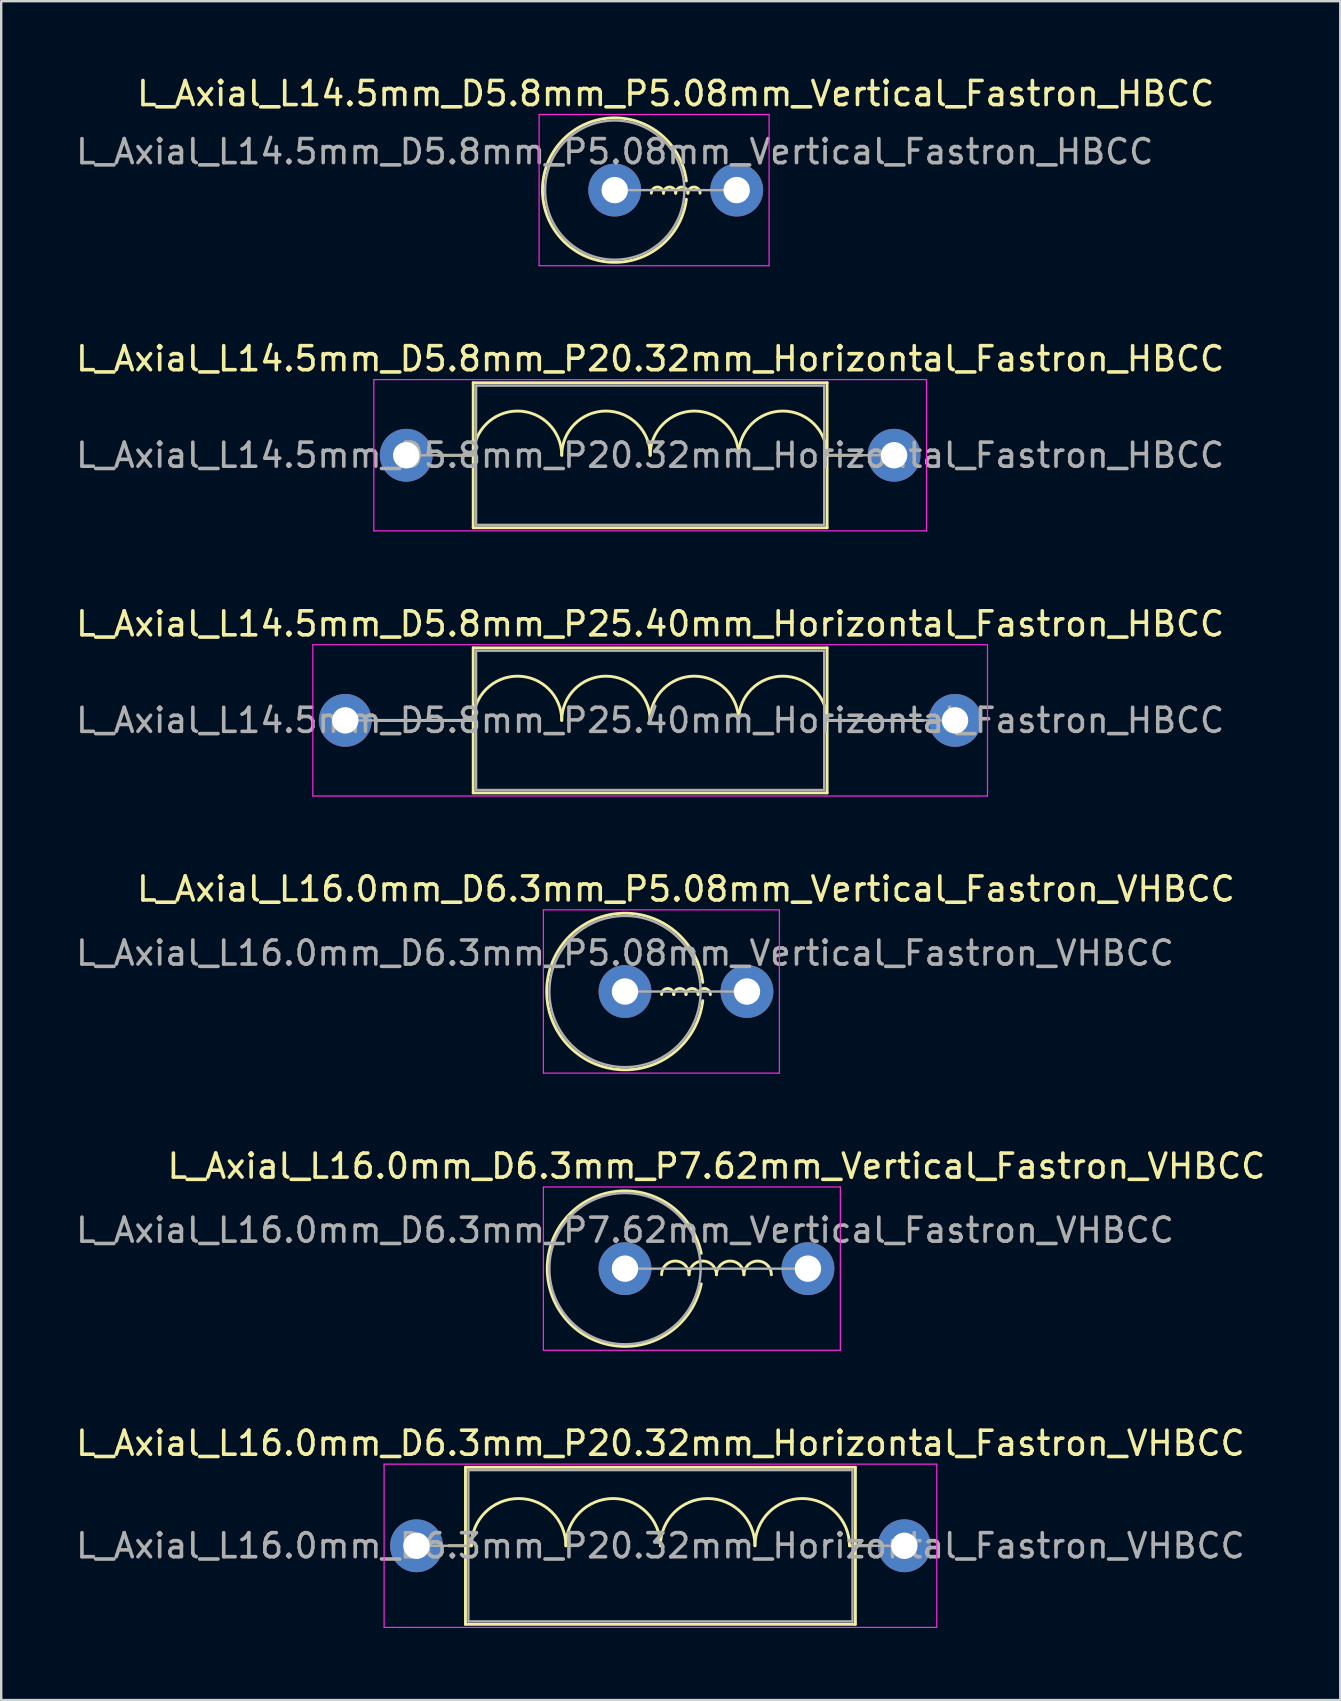
<source format=kicad_pcb>
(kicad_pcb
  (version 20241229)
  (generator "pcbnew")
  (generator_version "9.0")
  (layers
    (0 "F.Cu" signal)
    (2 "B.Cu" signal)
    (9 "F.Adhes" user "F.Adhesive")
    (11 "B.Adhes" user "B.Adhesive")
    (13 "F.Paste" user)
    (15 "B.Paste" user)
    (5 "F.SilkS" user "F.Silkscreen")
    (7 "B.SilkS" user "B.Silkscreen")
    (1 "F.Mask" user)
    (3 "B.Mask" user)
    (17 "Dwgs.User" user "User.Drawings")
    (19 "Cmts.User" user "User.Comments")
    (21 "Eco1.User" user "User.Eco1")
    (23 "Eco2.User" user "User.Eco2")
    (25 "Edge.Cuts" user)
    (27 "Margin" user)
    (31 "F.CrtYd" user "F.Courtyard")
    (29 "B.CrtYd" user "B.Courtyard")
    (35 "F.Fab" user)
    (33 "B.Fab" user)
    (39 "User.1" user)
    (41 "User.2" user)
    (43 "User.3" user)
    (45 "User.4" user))
  (footprint "L_Axial_L14.5mm_D5.8mm_P5.08mm_Vertical_Fastron_HBCC"
    (layer "F.Cu")
    (at 22.554 4.868)
    (property "Reference" "L_Axial_L14.5mm_D5.8mm_P5.08mm_Vertical_Fastron_HBCC" (at 2.54 -4.02 0) (layer "F.SilkS") (effects (font (size 1 1) (thickness 0.15))))
    (attr through_hole)
    (fp_arc (start 1.524 0.127) (mid 1.778 -0.127) (end 2.032 0.127) (stroke (width 0.12) (type solid)) (layer "F.SilkS"))
    (fp_arc (start 2.032 0.127) (mid 2.286 -0.127) (end 2.54 0.127) (stroke (width 0.12) (type solid)) (layer "F.SilkS"))
    (fp_arc (start 2.54 0.127) (mid 2.794 -0.127) (end 3.048 0.127) (stroke (width 0.12) (type solid)) (layer "F.SilkS"))
    (fp_arc (start 2.9845 0.381) (mid -3.008721 0) (end 2.9845 -0.381) (stroke (width 0.12) (type solid)) (layer "F.SilkS"))
    (fp_arc (start 3.048 0.127) (mid 3.302 -0.127) (end 3.556 0.127) (stroke (width 0.12) (type solid)) (layer "F.SilkS"))
    (fp_line (start -3.15 -3.15) (end -3.15 3.15) (stroke (width 0.05) (type solid)) (layer "F.CrtYd"))
    (fp_line (start -3.15 3.15) (end 6.43 3.15) (stroke (width 0.05) (type solid)) (layer "F.CrtYd"))
    (fp_line (start 6.43 -3.15) (end -3.15 -3.15) (stroke (width 0.05) (type solid)) (layer "F.CrtYd"))
    (fp_line (start 6.43 3.15) (end 6.43 -3.15) (stroke (width 0.05) (type solid)) (layer "F.CrtYd"))
    (fp_line (start 0 0) (end 5.08 0) (stroke (width 0.1) (type solid)) (layer "F.Fab"))
    (fp_circle (center 0 0) (end 2.9 0) (stroke (width 0.1) (type solid)) (fill no) (layer "F.Fab"))
    (fp_text user "${REFERENCE}" (at 0 -1.6 0) (layer "F.Fab") (effects (font (size 1 1) (thickness 0.15))))
    (pad "1" thru_hole circle (at 0 0) (size 2.2 2.2) (drill 1.1) (layers "*.Cu" "*.Mask"))
    (pad "2" thru_hole oval (at 5.08 0) (size 2.2 2.2) (drill 1.1) (layers "*.Cu" "*.Mask")))
  (footprint "L_Axial_L16.0mm_D6.3mm_P7.62mm_Vertical_Fastron_VHBCC"
    (layer "F.Cu")
    (at 22.982 49.791)
    (property "Reference" "L_Axial_L16.0mm_D6.3mm_P7.62mm_Vertical_Fastron_VHBCC" (at 3.81 -4.27 0) (layer "F.SilkS") (effects (font (size 1 1) (thickness 0.15))))
    (attr through_hole)
    (fp_arc (start 1.524 0.254) (mid 2.0955 -0.3175) (end 2.667 0.254) (stroke (width 0.12) (type solid)) (layer "F.SilkS"))
    (fp_arc (start 2.667 0.254) (mid 3.2385 -0.3175) (end 3.81 0.254) (stroke (width 0.12) (type solid)) (layer "F.SilkS"))
    (fp_arc (start 3.175 0.635) (mid -3.237877 0) (end 3.175 -0.635) (stroke (width 0.12) (type solid)) (layer "F.SilkS"))
    (fp_arc (start 3.81 0.254) (mid 4.3815 -0.3175) (end 4.953 0.254) (stroke (width 0.12) (type solid)) (layer "F.SilkS"))
    (fp_arc (start 4.953 0.254) (mid 5.5245 -0.3175) (end 6.096 0.254) (stroke (width 0.12) (type solid)) (layer "F.SilkS"))
    (fp_line (start -3.4 -3.4) (end -3.4 3.4) (stroke (width 0.05) (type solid)) (layer "F.CrtYd"))
    (fp_line (start -3.4 3.4) (end 8.97 3.4) (stroke (width 0.05) (type solid)) (layer "F.CrtYd"))
    (fp_line (start 8.97 -3.4) (end -3.4 -3.4) (stroke (width 0.05) (type solid)) (layer "F.CrtYd"))
    (fp_line (start 8.97 3.4) (end 8.97 -3.4) (stroke (width 0.05) (type solid)) (layer "F.CrtYd"))
    (fp_line (start 0 0) (end 7.62 0) (stroke (width 0.1) (type solid)) (layer "F.Fab"))
    (fp_circle (center 0 0) (end 3.15 0) (stroke (width 0.1) (type solid)) (fill no) (layer "F.Fab"))
    (fp_text user "${REFERENCE}" (at 0 -1.6 0) (layer "F.Fab") (effects (font (size 1 1) (thickness 0.15))))
    (pad "1" thru_hole circle (at 0 0) (size 2.2 2.2) (drill 1.1) (layers "*.Cu" "*.Mask"))
    (pad "2" thru_hole oval (at 7.62 0) (size 2.2 2.2) (drill 1.1) (layers "*.Cu" "*.Mask")))
  (footprint "L_Axial_L14.5mm_D5.8mm_P20.32mm_Horizontal_Fastron_HBCC"
    (layer "F.Cu")
    (at 13.87 15.912)
    (property "Reference" "L_Axial_L14.5mm_D5.8mm_P20.32mm_Horizontal_Fastron_HBCC" (at 10.16 -4.02 0) (layer "F.SilkS") (effects (font (size 1 1) (thickness 0.15))))
    (attr through_hole)
    (fp_line (start 1.34 0) (end 2.79 0) (stroke (width 0.12) (type solid)) (layer "F.SilkS"))
    (fp_line (start 2.79 -3.02) (end 2.79 3.02) (stroke (width 0.12) (type solid)) (layer "F.SilkS"))
    (fp_line (start 2.79 3.02) (end 17.53 3.02) (stroke (width 0.12) (type solid)) (layer "F.SilkS"))
    (fp_line (start 17.53 -3.02) (end 2.79 -3.02) (stroke (width 0.12) (type solid)) (layer "F.SilkS"))
    (fp_line (start 17.53 3.02) (end 17.53 -3.02) (stroke (width 0.12) (type solid)) (layer "F.SilkS"))
    (fp_line (start 18.98 0) (end 17.53 0) (stroke (width 0.12) (type solid)) (layer "F.SilkS"))
    (fp_arc (start 2.794 0) (mid 4.6355 -1.8415) (end 6.477 0) (stroke (width 0.12) (type solid)) (layer "F.SilkS"))
    (fp_arc (start 6.477 0) (mid 8.3185 -1.8415) (end 10.16 0) (stroke (width 0.12) (type solid)) (layer "F.SilkS"))
    (fp_arc (start 10.16 0) (mid 12.0015 -1.8415) (end 13.843 0) (stroke (width 0.12) (type solid)) (layer "F.SilkS"))
    (fp_arc (start 13.843 0) (mid 15.6845 -1.8415) (end 17.526 0) (stroke (width 0.12) (type solid)) (layer "F.SilkS"))
    (fp_line (start -1.35 -3.15) (end -1.35 3.15) (stroke (width 0.05) (type solid)) (layer "F.CrtYd"))
    (fp_line (start -1.35 3.15) (end 21.67 3.15) (stroke (width 0.05) (type solid)) (layer "F.CrtYd"))
    (fp_line (start 21.67 -3.15) (end -1.35 -3.15) (stroke (width 0.05) (type solid)) (layer "F.CrtYd"))
    (fp_line (start 21.67 3.15) (end 21.67 -3.15) (stroke (width 0.05) (type solid)) (layer "F.CrtYd"))
    (fp_line (start 0 0) (end 2.91 0) (stroke (width 0.1) (type solid)) (layer "F.Fab"))
    (fp_line (start 2.91 -2.9) (end 2.91 2.9) (stroke (width 0.1) (type solid)) (layer "F.Fab"))
    (fp_line (start 2.91 2.9) (end 17.41 2.9) (stroke (width 0.1) (type solid)) (layer "F.Fab"))
    (fp_line (start 17.41 -2.9) (end 2.91 -2.9) (stroke (width 0.1) (type solid)) (layer "F.Fab"))
    (fp_line (start 17.41 2.9) (end 17.41 -2.9) (stroke (width 0.1) (type solid)) (layer "F.Fab"))
    (fp_line (start 20.32 0) (end 17.41 0) (stroke (width 0.1) (type solid)) (layer "F.Fab"))
    (fp_text user "${REFERENCE}" (at 10.16 0 0) (layer "F.Fab") (effects (font (size 1 1) (thickness 0.15))))
    (pad "1" thru_hole circle (at 0 0) (size 2.2 2.2) (drill 1.1) (layers "*.Cu" "*.Mask"))
    (pad "2" thru_hole oval (at 20.32 0) (size 2.2 2.2) (drill 1.1) (layers "*.Cu" "*.Mask")))
  (footprint "L_Axial_L16.0mm_D6.3mm_P20.32mm_Horizontal_Fastron_VHBCC"
    (layer "F.Cu")
    (at 14.298 61.334)
    (property "Reference" "L_Axial_L16.0mm_D6.3mm_P20.32mm_Horizontal_Fastron_VHBCC" (at 10.16 -4.27 0) (layer "F.SilkS") (effects (font (size 1 1) (thickness 0.15))))
    (attr through_hole)
    (fp_line (start 1.34 0) (end 2.04 0) (stroke (width 0.12) (type solid)) (layer "F.SilkS"))
    (fp_line (start 2.04 -3.27) (end 2.04 3.27) (stroke (width 0.12) (type solid)) (layer "F.SilkS"))
    (fp_line (start 2.04 3.27) (end 18.28 3.27) (stroke (width 0.12) (type solid)) (layer "F.SilkS"))
    (fp_line (start 2.286 0) (end 2.04 0) (stroke (width 0.12) (type solid)) (layer "F.SilkS"))
    (fp_line (start 18.034 0) (end 18.288 0) (stroke (width 0.12) (type solid)) (layer "F.SilkS"))
    (fp_line (start 18.28 -3.27) (end 2.04 -3.27) (stroke (width 0.12) (type solid)) (layer "F.SilkS"))
    (fp_line (start 18.28 3.27) (end 18.28 -3.27) (stroke (width 0.12) (type solid)) (layer "F.SilkS"))
    (fp_line (start 18.98 0) (end 18.28 0) (stroke (width 0.12) (type solid)) (layer "F.SilkS"))
    (fp_arc (start 2.286 0) (mid 4.2545 -1.9685) (end 6.223 0) (stroke (width 0.12) (type solid)) (layer "F.SilkS"))
    (fp_arc (start 6.223 0) (mid 8.1915 -1.9685) (end 10.16 0) (stroke (width 0.12) (type solid)) (layer "F.SilkS"))
    (fp_arc (start 10.16 0) (mid 12.1285 -1.9685) (end 14.097 0) (stroke (width 0.12) (type solid)) (layer "F.SilkS"))
    (fp_arc (start 14.097 0) (mid 16.0655 -1.9685) (end 18.034 0) (stroke (width 0.12) (type solid)) (layer "F.SilkS"))
    (fp_line (start -1.35 -3.4) (end -1.35 3.4) (stroke (width 0.05) (type solid)) (layer "F.CrtYd"))
    (fp_line (start -1.35 3.4) (end 21.67 3.4) (stroke (width 0.05) (type solid)) (layer "F.CrtYd"))
    (fp_line (start 21.67 -3.4) (end -1.35 -3.4) (stroke (width 0.05) (type solid)) (layer "F.CrtYd"))
    (fp_line (start 21.67 3.4) (end 21.67 -3.4) (stroke (width 0.05) (type solid)) (layer "F.CrtYd"))
    (fp_line (start 0 0) (end 2.16 0) (stroke (width 0.1) (type solid)) (layer "F.Fab"))
    (fp_line (start 2.16 -3.15) (end 2.16 3.15) (stroke (width 0.1) (type solid)) (layer "F.Fab"))
    (fp_line (start 2.16 3.15) (end 18.16 3.15) (stroke (width 0.1) (type solid)) (layer "F.Fab"))
    (fp_line (start 18.16 -3.15) (end 2.16 -3.15) (stroke (width 0.1) (type solid)) (layer "F.Fab"))
    (fp_line (start 18.16 3.15) (end 18.16 -3.15) (stroke (width 0.1) (type solid)) (layer "F.Fab"))
    (fp_line (start 20.32 0) (end 18.16 0) (stroke (width 0.1) (type solid)) (layer "F.Fab"))
    (fp_text user "${REFERENCE}" (at 10.16 0 0) (layer "F.Fab") (effects (font (size 1 1) (thickness 0.15))))
    (pad "1" thru_hole circle (at 0 0) (size 2.2 2.2) (drill 1.1) (layers "*.Cu" "*.Mask"))
    (pad "2" thru_hole oval (at 20.32 0) (size 2.2 2.2) (drill 1.1) (layers "*.Cu" "*.Mask")))
  (footprint "L_Axial_L16.0mm_D6.3mm_P5.08mm_Vertical_Fastron_VHBCC"
    (layer "F.Cu")
    (at 22.982 38.248)
    (property "Reference" "L_Axial_L16.0mm_D6.3mm_P5.08mm_Vertical_Fastron_VHBCC" (at 2.54 -4.27 0) (layer "F.SilkS") (effects (font (size 1 1) (thickness 0.15))))
    (attr through_hole)
    (fp_arc (start 1.524 0.127) (mid 1.778 -0.127) (end 2.032 0.127) (stroke (width 0.12) (type solid)) (layer "F.SilkS"))
    (fp_arc (start 2.032 0.127) (mid 2.286 -0.127) (end 2.54 0.127) (stroke (width 0.12) (type solid)) (layer "F.SilkS"))
    (fp_arc (start 2.54 0.127) (mid 2.794 -0.127) (end 3.048 0.127) (stroke (width 0.12) (type solid)) (layer "F.SilkS"))
    (fp_arc (start 3.048 0.127) (mid 3.302 -0.127) (end 3.556 0.127) (stroke (width 0.12) (type solid)) (layer "F.SilkS"))
    (fp_arc (start 3.2385 0.381) (mid -3.260835 0) (end 3.2385 -0.381) (stroke (width 0.12) (type solid)) (layer "F.SilkS"))
    (fp_line (start -3.4 -3.4) (end -3.4 3.4) (stroke (width 0.05) (type solid)) (layer "F.CrtYd"))
    (fp_line (start -3.4 3.4) (end 6.43 3.4) (stroke (width 0.05) (type solid)) (layer "F.CrtYd"))
    (fp_line (start 6.43 -3.4) (end -3.4 -3.4) (stroke (width 0.05) (type solid)) (layer "F.CrtYd"))
    (fp_line (start 6.43 3.4) (end 6.43 -3.4) (stroke (width 0.05) (type solid)) (layer "F.CrtYd"))
    (fp_line (start 0 0) (end 5.08 0) (stroke (width 0.1) (type solid)) (layer "F.Fab"))
    (fp_circle (center 0 0) (end 3.15 0) (stroke (width 0.1) (type solid)) (fill no) (layer "F.Fab"))
    (fp_text user "${REFERENCE}" (at 0 -1.6 0) (layer "F.Fab") (effects (font (size 1 1) (thickness 0.15))))
    (pad "1" thru_hole circle (at 0 0) (size 2.2 2.2) (drill 1.1) (layers "*.Cu" "*.Mask"))
    (pad "2" thru_hole oval (at 5.08 0) (size 2.2 2.2) (drill 1.1) (layers "*.Cu" "*.Mask")))
  (footprint "L_Axial_L14.5mm_D5.8mm_P25.40mm_Horizontal_Fastron_HBCC"
    (layer "F.Cu")
    (at 11.33 26.955)
    (property "Reference" "L_Axial_L14.5mm_D5.8mm_P25.40mm_Horizontal_Fastron_HBCC" (at 12.7 -4.02 0) (layer "F.SilkS") (effects (font (size 1 1) (thickness 0.15))))
    (attr through_hole)
    (fp_line (start 1.34 0) (end 5.33 0) (stroke (width 0.12) (type solid)) (layer "F.SilkS"))
    (fp_line (start 5.33 -3.02) (end 5.33 3.02) (stroke (width 0.12) (type solid)) (layer "F.SilkS"))
    (fp_line (start 5.33 3.02) (end 20.07 3.02) (stroke (width 0.12) (type solid)) (layer "F.SilkS"))
    (fp_line (start 20.07 -3.02) (end 5.33 -3.02) (stroke (width 0.12) (type solid)) (layer "F.SilkS"))
    (fp_line (start 20.07 3.02) (end 20.07 -3.02) (stroke (width 0.12) (type solid)) (layer "F.SilkS"))
    (fp_line (start 24.06 0) (end 20.07 0) (stroke (width 0.12) (type solid)) (layer "F.SilkS"))
    (fp_arc (start 5.334 0) (mid 7.1755 -1.8415) (end 9.017 0) (stroke (width 0.12) (type solid)) (layer "F.SilkS"))
    (fp_arc (start 9.017 0) (mid 10.8585 -1.8415) (end 12.7 0) (stroke (width 0.12) (type solid)) (layer "F.SilkS"))
    (fp_arc (start 12.7 0) (mid 14.5415 -1.8415) (end 16.383 0) (stroke (width 0.12) (type solid)) (layer "F.SilkS"))
    (fp_arc (start 16.383 0) (mid 18.2245 -1.8415) (end 20.066 0) (stroke (width 0.12) (type solid)) (layer "F.SilkS"))
    (fp_line (start -1.35 -3.15) (end -1.35 3.15) (stroke (width 0.05) (type solid)) (layer "F.CrtYd"))
    (fp_line (start -1.35 3.15) (end 26.75 3.15) (stroke (width 0.05) (type solid)) (layer "F.CrtYd"))
    (fp_line (start 26.75 -3.15) (end -1.35 -3.15) (stroke (width 0.05) (type solid)) (layer "F.CrtYd"))
    (fp_line (start 26.75 3.15) (end 26.75 -3.15) (stroke (width 0.05) (type solid)) (layer "F.CrtYd"))
    (fp_line (start 0 0) (end 5.45 0) (stroke (width 0.1) (type solid)) (layer "F.Fab"))
    (fp_line (start 5.45 -2.9) (end 5.45 2.9) (stroke (width 0.1) (type solid)) (layer "F.Fab"))
    (fp_line (start 5.45 2.9) (end 19.95 2.9) (stroke (width 0.1) (type solid)) (layer "F.Fab"))
    (fp_line (start 19.95 -2.9) (end 5.45 -2.9) (stroke (width 0.1) (type solid)) (layer "F.Fab"))
    (fp_line (start 19.95 2.9) (end 19.95 -2.9) (stroke (width 0.1) (type solid)) (layer "F.Fab"))
    (fp_line (start 25.4 0) (end 19.95 0) (stroke (width 0.1) (type solid)) (layer "F.Fab"))
    (fp_text user "${REFERENCE}" (at 12.7 0 0) (layer "F.Fab") (effects (font (size 1 1) (thickness 0.15))))
    (pad "1" thru_hole circle (at 0 0) (size 2.2 2.2) (drill 1.1) (layers "*.Cu" "*.Mask"))
    (pad "2" thru_hole oval (at 25.4 0) (size 2.2 2.2) (drill 1.1) (layers "*.Cu" "*.Mask")))
  (gr_rect
    (start -3 -3)
    (end 52.774 67.76)
    (stroke (width 0.1) (type default))
    (fill no)
    (layer "Edge.Cuts")))
</source>
